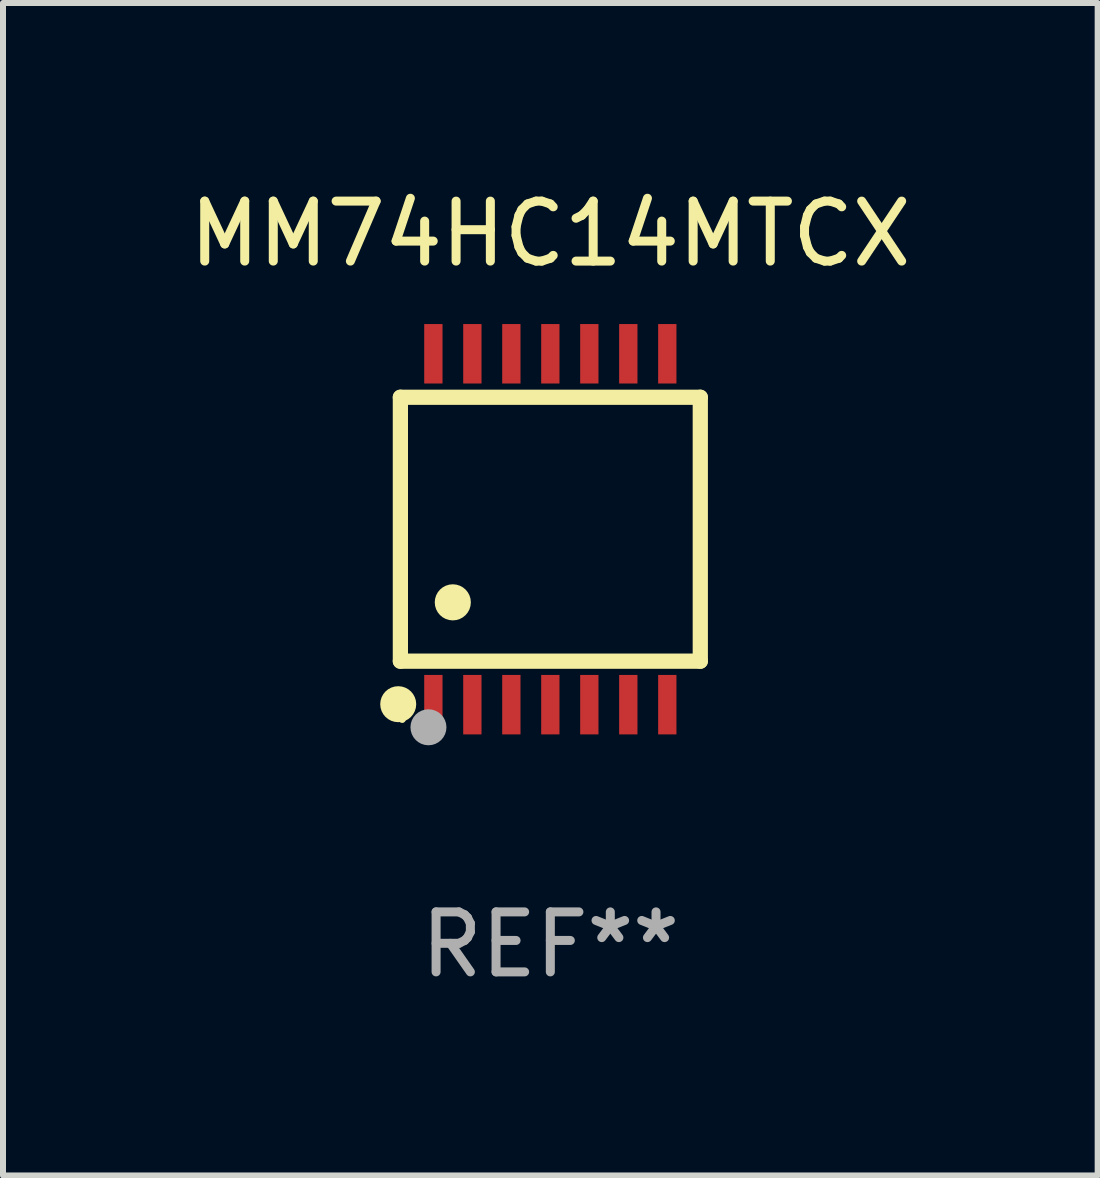
<source format=kicad_pcb>
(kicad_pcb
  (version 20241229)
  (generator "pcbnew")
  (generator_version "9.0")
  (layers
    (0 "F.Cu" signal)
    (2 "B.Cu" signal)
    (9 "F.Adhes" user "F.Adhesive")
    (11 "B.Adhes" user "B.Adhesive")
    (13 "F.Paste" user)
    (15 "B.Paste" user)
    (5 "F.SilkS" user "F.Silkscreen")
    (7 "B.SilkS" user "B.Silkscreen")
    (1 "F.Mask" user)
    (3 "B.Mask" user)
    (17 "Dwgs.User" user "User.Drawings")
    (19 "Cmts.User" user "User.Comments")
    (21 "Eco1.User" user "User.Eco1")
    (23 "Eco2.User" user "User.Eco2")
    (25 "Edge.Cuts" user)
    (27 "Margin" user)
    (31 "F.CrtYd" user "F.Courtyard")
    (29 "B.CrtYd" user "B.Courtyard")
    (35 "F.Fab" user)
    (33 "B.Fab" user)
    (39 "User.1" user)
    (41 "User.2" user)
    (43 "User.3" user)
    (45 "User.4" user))
  (footprint "MM74HC14MTCX"
    (layer "F.Cu")
    (at 6.125 5.773)
    (property "Reference" "MM74HC14MTCX" (at 0 -4.925 0) (layer "F.SilkS") (effects (font (size 1 1) (thickness 0.15))))
    (attr through_hole)
    (fp_line (start -2.5 2.2) (end -2.5 -2.2) (stroke (width 0.254) (type solid)) (layer "F.SilkS"))
    (fp_line (start -2.5 2.2) (end 2.5 2.2) (stroke (width 0.254) (type solid)) (layer "F.SilkS"))
    (fp_line (start 2.5 -2.2) (end -2.5 -2.2) (stroke (width 0.254) (type solid)) (layer "F.SilkS"))
    (fp_line (start 2.5 -2.2) (end 2.5 2.2) (stroke (width 0.254) (type solid)) (layer "F.SilkS"))
    (fp_circle (center -2.536 2.917) (end -2.386 2.917) (stroke (width 0.3) (type solid)) (fill no) (layer "F.SilkS"))
    (fp_circle (center -2.47 3.17) (end -2.44 3.17) (stroke (width 0.06) (type solid)) (fill no) (layer "F.SilkS"))
    (fp_circle (center -1.626 1.219) (end -1.475 1.219) (stroke (width 0.3) (type solid)) (fill no) (layer "F.SilkS"))
    (fp_circle (center -2.032 3.302) (end -1.882 3.302) (stroke (width 0.3) (type solid)) (fill no) (layer "F.Fab"))
    (fp_text user "REF**" (at 0 6.925 0) (layer "F.Fab") (effects (font (size 1 1) (thickness 0.15))))
    (pad "1" smd rect (at -1.95 2.925) (size 0.305 0.991) (layers "F.Cu" "F.Mask" "F.Paste"))
    (pad "2" smd rect (at -1.3 2.925) (size 0.305 0.991) (layers "F.Cu" "F.Mask" "F.Paste"))
    (pad "3" smd rect (at -0.65 2.925) (size 0.305 0.991) (layers "F.Cu" "F.Mask" "F.Paste"))
    (pad "4" smd rect (at 0 2.925) (size 0.305 0.991) (layers "F.Cu" "F.Mask" "F.Paste"))
    (pad "5" smd rect (at 0.65 2.925) (size 0.305 0.991) (layers "F.Cu" "F.Mask" "F.Paste"))
    (pad "6" smd rect (at 1.3 2.925) (size 0.305 0.991) (layers "F.Cu" "F.Mask" "F.Paste"))
    (pad "7" smd rect (at 1.95 2.925) (size 0.305 0.991) (layers "F.Cu" "F.Mask" "F.Paste"))
    (pad "8" smd rect (at 1.95 -2.925) (size 0.305 0.991) (layers "F.Cu" "F.Mask" "F.Paste"))
    (pad "9" smd rect (at 1.3 -2.925) (size 0.305 0.991) (layers "F.Cu" "F.Mask" "F.Paste"))
    (pad "10" smd rect (at 0.65 -2.925) (size 0.305 0.991) (layers "F.Cu" "F.Mask" "F.Paste"))
    (pad "11" smd rect (at 0 -2.925) (size 0.305 0.991) (layers "F.Cu" "F.Mask" "F.Paste"))
    (pad "12" smd rect (at -0.65 -2.925) (size 0.305 0.991) (layers "F.Cu" "F.Mask" "F.Paste"))
    (pad "13" smd rect (at -1.3 -2.925) (size 0.305 0.991) (layers "F.Cu" "F.Mask" "F.Paste"))
    (pad "14" smd rect (at -1.95 -2.925) (size 0.305 0.991) (layers "F.Cu" "F.Mask" "F.Paste")))
  (gr_rect
    (start -3 -3)
    (end 15.25 16.547)
    (stroke (width 0.1) (type default))
    (fill no)
    (layer "Edge.Cuts")))
</source>
